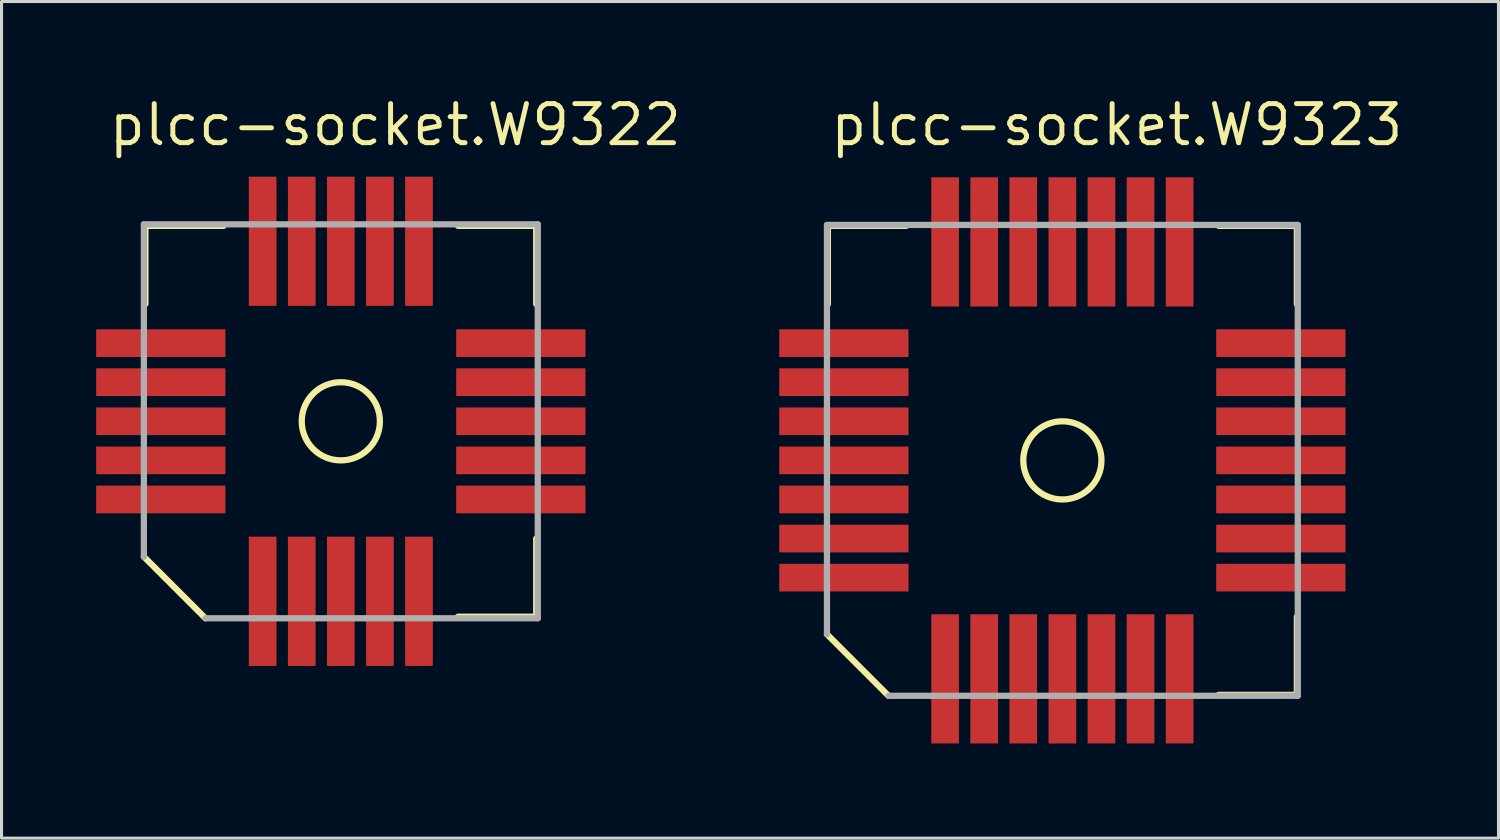
<source format=kicad_pcb>
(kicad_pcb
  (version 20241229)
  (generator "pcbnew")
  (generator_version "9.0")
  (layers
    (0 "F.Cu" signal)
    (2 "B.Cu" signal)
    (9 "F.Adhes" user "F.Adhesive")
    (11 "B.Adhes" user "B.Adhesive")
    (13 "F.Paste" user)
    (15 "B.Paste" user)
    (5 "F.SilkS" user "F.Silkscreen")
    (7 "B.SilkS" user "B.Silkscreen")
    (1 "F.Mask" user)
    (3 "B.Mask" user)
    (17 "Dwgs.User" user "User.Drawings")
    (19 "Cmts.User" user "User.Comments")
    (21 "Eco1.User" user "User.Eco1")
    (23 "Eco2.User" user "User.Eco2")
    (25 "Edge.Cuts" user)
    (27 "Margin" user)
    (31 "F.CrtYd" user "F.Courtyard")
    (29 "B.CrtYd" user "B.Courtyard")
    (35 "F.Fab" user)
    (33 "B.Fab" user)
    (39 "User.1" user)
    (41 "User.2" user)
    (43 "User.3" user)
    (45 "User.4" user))
  (footprint "plcc-socket.W9322"
    (layer "F.Cu")
    (at 8.025 10.64)
    (property "Reference" "plcc-socket.W9322" (at -7.62 -8.89 0) (layer "F.SilkS") (effects (font (size 1.27 1.27) (thickness 0.16)) (justify left bottom)))
    (attr smd)
    (fp_rect (start -8 -2.04) (end -3.7 -3.04) (stroke (width 0.05) (type default)) (fill yes) (layer "F.Mask"))
    (fp_rect (start -8 -0.77) (end -3.7 -1.77) (stroke (width 0.05) (type default)) (fill yes) (layer "F.Mask"))
    (fp_rect (start -8 0.5) (end -3.7 -0.5) (stroke (width 0.05) (type default)) (fill yes) (layer "F.Mask"))
    (fp_rect (start -8 1.77) (end -3.7 0.77) (stroke (width 0.05) (type default)) (fill yes) (layer "F.Mask"))
    (fp_rect (start -8 3.04) (end -3.7 2.04) (stroke (width 0.05) (type default)) (fill yes) (layer "F.Mask"))
    (fp_rect (start -3.04 -3.7) (end -2.04 -8) (stroke (width 0.05) (type default)) (fill yes) (layer "F.Mask"))
    (fp_rect (start -3.04 8) (end -2.04 3.7) (stroke (width 0.05) (type default)) (fill yes) (layer "F.Mask"))
    (fp_rect (start -1.77 -3.7) (end -0.77 -8) (stroke (width 0.05) (type default)) (fill yes) (layer "F.Mask"))
    (fp_rect (start -1.77 8) (end -0.77 3.7) (stroke (width 0.05) (type default)) (fill yes) (layer "F.Mask"))
    (fp_rect (start -0.5 -3.7) (end 0.5 -8) (stroke (width 0.05) (type default)) (fill yes) (layer "F.Mask"))
    (fp_rect (start -0.5 8) (end 0.5 3.7) (stroke (width 0.05) (type default)) (fill yes) (layer "F.Mask"))
    (fp_rect (start 0.77 -3.7) (end 1.77 -8) (stroke (width 0.05) (type default)) (fill yes) (layer "F.Mask"))
    (fp_rect (start 0.77 8) (end 1.77 3.7) (stroke (width 0.05) (type default)) (fill yes) (layer "F.Mask"))
    (fp_rect (start 2.04 -3.7) (end 3.04 -8) (stroke (width 0.05) (type default)) (fill yes) (layer "F.Mask"))
    (fp_rect (start 2.04 8) (end 3.04 3.7) (stroke (width 0.05) (type default)) (fill yes) (layer "F.Mask"))
    (fp_rect (start 3.7 -2.04) (end 8 -3.04) (stroke (width 0.05) (type default)) (fill yes) (layer "F.Mask"))
    (fp_rect (start 3.7 -0.77) (end 8 -1.77) (stroke (width 0.05) (type default)) (fill yes) (layer "F.Mask"))
    (fp_rect (start 3.7 0.5) (end 8 -0.5) (stroke (width 0.05) (type default)) (fill yes) (layer "F.Mask"))
    (fp_rect (start 3.7 1.77) (end 8 0.77) (stroke (width 0.05) (type default)) (fill yes) (layer "F.Mask"))
    (fp_rect (start 3.7 3.04) (end 8 2.04) (stroke (width 0.05) (type default)) (fill yes) (layer "F.Mask"))
    (fp_line (start -6.35 -6.35) (end -3.81 -6.35) (stroke (width 0.203) (type default)) (layer "F.SilkS"))
    (fp_line (start -6.35 -3.81) (end -6.35 -6.35) (stroke (width 0.203) (type default)) (layer "F.SilkS"))
    (fp_line (start -4.4 6.4) (end -6.4 4.4) (stroke (width 0.203) (type default)) (layer "F.SilkS"))
    (fp_line (start 3.81 -6.35) (end 6.35 -6.35) (stroke (width 0.203) (type default)) (layer "F.SilkS"))
    (fp_line (start 3.81 6.35) (end 6.35 6.35) (stroke (width 0.203) (type default)) (layer "F.SilkS"))
    (fp_line (start 6.35 -6.35) (end 6.35 -3.81) (stroke (width 0.203) (type default)) (layer "F.SilkS"))
    (fp_line (start 6.35 6.35) (end 6.35 3.81) (stroke (width 0.203) (type default)) (layer "F.SilkS"))
    (fp_circle (center 0 0) (end 1.27 0) (stroke (width 0.203) (type default)) (fill no) (layer "F.SilkS"))
    (fp_rect (start -7.9 -2.115) (end -3.8 -2.965) (stroke (width 0.05) (type default)) (fill yes) (layer "F.Paste"))
    (fp_rect (start -7.9 -0.845) (end -3.8 -1.695) (stroke (width 0.05) (type default)) (fill yes) (layer "F.Paste"))
    (fp_rect (start -7.9 0.425) (end -3.8 -0.425) (stroke (width 0.05) (type default)) (fill yes) (layer "F.Paste"))
    (fp_rect (start -7.9 1.695) (end -3.8 0.845) (stroke (width 0.05) (type default)) (fill yes) (layer "F.Paste"))
    (fp_rect (start -7.9 2.965) (end -3.8 2.115) (stroke (width 0.05) (type default)) (fill yes) (layer "F.Paste"))
    (fp_rect (start -2.965 -3.8) (end -2.115 -7.9) (stroke (width 0.05) (type default)) (fill yes) (layer "F.Paste"))
    (fp_rect (start -2.965 7.9) (end -2.115 3.8) (stroke (width 0.05) (type default)) (fill yes) (layer "F.Paste"))
    (fp_rect (start -1.695 -3.8) (end -0.845 -7.9) (stroke (width 0.05) (type default)) (fill yes) (layer "F.Paste"))
    (fp_rect (start -1.695 7.9) (end -0.845 3.8) (stroke (width 0.05) (type default)) (fill yes) (layer "F.Paste"))
    (fp_rect (start -0.425 -3.8) (end 0.425 -7.9) (stroke (width 0.05) (type default)) (fill yes) (layer "F.Paste"))
    (fp_rect (start -0.425 7.9) (end 0.425 3.8) (stroke (width 0.05) (type default)) (fill yes) (layer "F.Paste"))
    (fp_rect (start 0.845 -3.8) (end 1.695 -7.9) (stroke (width 0.05) (type default)) (fill yes) (layer "F.Paste"))
    (fp_rect (start 0.845 7.9) (end 1.695 3.8) (stroke (width 0.05) (type default)) (fill yes) (layer "F.Paste"))
    (fp_rect (start 2.115 -3.8) (end 2.965 -7.9) (stroke (width 0.05) (type default)) (fill yes) (layer "F.Paste"))
    (fp_rect (start 2.115 7.9) (end 2.965 3.8) (stroke (width 0.05) (type default)) (fill yes) (layer "F.Paste"))
    (fp_rect (start 3.8 -2.115) (end 7.9 -2.965) (stroke (width 0.05) (type default)) (fill yes) (layer "F.Paste"))
    (fp_rect (start 3.8 -0.845) (end 7.9 -1.695) (stroke (width 0.05) (type default)) (fill yes) (layer "F.Paste"))
    (fp_rect (start 3.8 0.425) (end 7.9 -0.425) (stroke (width 0.05) (type default)) (fill yes) (layer "F.Paste"))
    (fp_rect (start 3.8 1.695) (end 7.9 0.845) (stroke (width 0.05) (type default)) (fill yes) (layer "F.Paste"))
    (fp_rect (start 3.8 2.965) (end 7.9 2.115) (stroke (width 0.05) (type default)) (fill yes) (layer "F.Paste"))
    (fp_line (start -6.4 -6.4) (end 6.4 -6.4) (stroke (width 0.203) (type default)) (layer "F.Fab"))
    (fp_line (start -6.4 4.4) (end -6.4 -6.4) (stroke (width 0.203) (type default)) (layer "F.Fab"))
    (fp_line (start 6.4 -6.4) (end 6.4 6.4) (stroke (width 0.203) (type default)) (layer "F.Fab"))
    (fp_line (start 6.4 6.4) (end -4.4 6.4) (stroke (width 0.203) (type default)) (layer "F.Fab"))
    (pad "1" smd roundrect (at -5.85 0) (size 4.2 0.9) (layers "F.Cu" "F.Mask" "F.Paste") (roundrect_rratio 0.01))
    (pad "2" smd roundrect (at -5.85 1.27) (size 4.2 0.9) (layers "F.Cu" "F.Mask" "F.Paste") (roundrect_rratio 0.01))
    (pad "3" smd roundrect (at -5.85 2.54) (size 4.2 0.9) (layers "F.Cu" "F.Mask" "F.Paste") (roundrect_rratio 0.01))
    (pad "4" smd roundrect (at -2.54 5.85 90) (size 4.2 0.9) (layers "F.Cu" "F.Mask" "F.Paste") (roundrect_rratio 0.01))
    (pad "5" smd roundrect (at -1.27 5.85 90) (size 4.2 0.9) (layers "F.Cu" "F.Mask" "F.Paste") (roundrect_rratio 0.01))
    (pad "6" smd roundrect (at 0 5.85 90) (size 4.2 0.9) (layers "F.Cu" "F.Mask" "F.Paste") (roundrect_rratio 0.01))
    (pad "7" smd roundrect (at 1.27 5.85 90) (size 4.2 0.9) (layers "F.Cu" "F.Mask" "F.Paste") (roundrect_rratio 0.01))
    (pad "8" smd roundrect (at 2.54 5.85 90) (size 4.2 0.9) (layers "F.Cu" "F.Mask" "F.Paste") (roundrect_rratio 0.01))
    (pad "9" smd roundrect (at 5.85 2.54 180) (size 4.2 0.9) (layers "F.Cu" "F.Mask" "F.Paste") (roundrect_rratio 0.01))
    (pad "10" smd roundrect (at 5.85 1.27 180) (size 4.2 0.9) (layers "F.Cu" "F.Mask" "F.Paste") (roundrect_rratio 0.01))
    (pad "11" smd roundrect (at 5.85 0 180) (size 4.2 0.9) (layers "F.Cu" "F.Mask" "F.Paste") (roundrect_rratio 0.01))
    (pad "12" smd roundrect (at 5.85 -1.27 180) (size 4.2 0.9) (layers "F.Cu" "F.Mask" "F.Paste") (roundrect_rratio 0.01))
    (pad "13" smd roundrect (at 5.85 -2.54 180) (size 4.2 0.9) (layers "F.Cu" "F.Mask" "F.Paste") (roundrect_rratio 0.01))
    (pad "14" smd roundrect (at 2.54 -5.85 270) (size 4.2 0.9) (layers "F.Cu" "F.Mask" "F.Paste") (roundrect_rratio 0.01))
    (pad "15" smd roundrect (at 1.27 -5.85 270) (size 4.2 0.9) (layers "F.Cu" "F.Mask" "F.Paste") (roundrect_rratio 0.01))
    (pad "16" smd roundrect (at 0 -5.85 270) (size 4.2 0.9) (layers "F.Cu" "F.Mask" "F.Paste") (roundrect_rratio 0.01))
    (pad "17" smd roundrect (at -1.27 -5.85 270) (size 4.2 0.9) (layers "F.Cu" "F.Mask" "F.Paste") (roundrect_rratio 0.01))
    (pad "18" smd roundrect (at -2.54 -5.85 270) (size 4.2 0.9) (layers "F.Cu" "F.Mask" "F.Paste") (roundrect_rratio 0.01))
    (pad "19" smd roundrect (at -5.85 -2.54) (size 4.2 0.9) (layers "F.Cu" "F.Mask" "F.Paste") (roundrect_rratio 0.01))
    (pad "20" smd roundrect (at -5.85 -1.27) (size 4.2 0.9) (layers "F.Cu" "F.Mask" "F.Paste") (roundrect_rratio 0.01)))
  (footprint "plcc-socket.W9323"
    (layer "F.Cu")
    (at 31.472 11.91)
    (property "Reference" "plcc-socket.W9323" (at -7.62 -10.16 0) (layer "F.SilkS") (effects (font (size 1.27 1.27) (thickness 0.16)) (justify left bottom)))
    (attr smd)
    (fp_rect (start -9.25 -3.31) (end -4.95 -4.31) (stroke (width 0.05) (type default)) (fill yes) (layer "F.Mask"))
    (fp_rect (start -9.25 -2.04) (end -4.95 -3.04) (stroke (width 0.05) (type default)) (fill yes) (layer "F.Mask"))
    (fp_rect (start -9.25 -0.77) (end -4.95 -1.77) (stroke (width 0.05) (type default)) (fill yes) (layer "F.Mask"))
    (fp_rect (start -9.25 0.5) (end -4.95 -0.5) (stroke (width 0.05) (type default)) (fill yes) (layer "F.Mask"))
    (fp_rect (start -9.25 1.77) (end -4.95 0.77) (stroke (width 0.05) (type default)) (fill yes) (layer "F.Mask"))
    (fp_rect (start -9.25 3.04) (end -4.95 2.04) (stroke (width 0.05) (type default)) (fill yes) (layer "F.Mask"))
    (fp_rect (start -9.25 4.31) (end -4.95 3.31) (stroke (width 0.05) (type default)) (fill yes) (layer "F.Mask"))
    (fp_rect (start -4.31 -4.95) (end -3.31 -9.25) (stroke (width 0.05) (type default)) (fill yes) (layer "F.Mask"))
    (fp_rect (start -4.31 9.25) (end -3.31 4.95) (stroke (width 0.05) (type default)) (fill yes) (layer "F.Mask"))
    (fp_rect (start -3.04 -4.95) (end -2.04 -9.25) (stroke (width 0.05) (type default)) (fill yes) (layer "F.Mask"))
    (fp_rect (start -3.04 9.25) (end -2.04 4.95) (stroke (width 0.05) (type default)) (fill yes) (layer "F.Mask"))
    (fp_rect (start -1.77 -4.95) (end -0.77 -9.25) (stroke (width 0.05) (type default)) (fill yes) (layer "F.Mask"))
    (fp_rect (start -1.77 9.25) (end -0.77 4.95) (stroke (width 0.05) (type default)) (fill yes) (layer "F.Mask"))
    (fp_rect (start -0.5 -4.95) (end 0.5 -9.25) (stroke (width 0.05) (type default)) (fill yes) (layer "F.Mask"))
    (fp_rect (start -0.5 9.25) (end 0.5 4.95) (stroke (width 0.05) (type default)) (fill yes) (layer "F.Mask"))
    (fp_rect (start 0.77 -4.95) (end 1.77 -9.25) (stroke (width 0.05) (type default)) (fill yes) (layer "F.Mask"))
    (fp_rect (start 0.77 9.25) (end 1.77 4.95) (stroke (width 0.05) (type default)) (fill yes) (layer "F.Mask"))
    (fp_rect (start 2.04 -4.95) (end 3.04 -9.25) (stroke (width 0.05) (type default)) (fill yes) (layer "F.Mask"))
    (fp_rect (start 2.04 9.25) (end 3.04 4.95) (stroke (width 0.05) (type default)) (fill yes) (layer "F.Mask"))
    (fp_rect (start 3.31 -4.95) (end 4.31 -9.25) (stroke (width 0.05) (type default)) (fill yes) (layer "F.Mask"))
    (fp_rect (start 3.31 9.25) (end 4.31 4.95) (stroke (width 0.05) (type default)) (fill yes) (layer "F.Mask"))
    (fp_rect (start 4.95 -3.31) (end 9.25 -4.31) (stroke (width 0.05) (type default)) (fill yes) (layer "F.Mask"))
    (fp_rect (start 4.95 -2.04) (end 9.25 -3.04) (stroke (width 0.05) (type default)) (fill yes) (layer "F.Mask"))
    (fp_rect (start 4.95 -0.77) (end 9.25 -1.77) (stroke (width 0.05) (type default)) (fill yes) (layer "F.Mask"))
    (fp_rect (start 4.95 0.5) (end 9.25 -0.5) (stroke (width 0.05) (type default)) (fill yes) (layer "F.Mask"))
    (fp_rect (start 4.95 1.77) (end 9.25 0.77) (stroke (width 0.05) (type default)) (fill yes) (layer "F.Mask"))
    (fp_rect (start 4.95 3.04) (end 9.25 2.04) (stroke (width 0.05) (type default)) (fill yes) (layer "F.Mask"))
    (fp_rect (start 4.95 4.31) (end 9.25 3.31) (stroke (width 0.05) (type default)) (fill yes) (layer "F.Mask"))
    (fp_line (start -7.62 -7.62) (end -5.08 -7.62) (stroke (width 0.203) (type default)) (layer "F.SilkS"))
    (fp_line (start -7.62 -5.08) (end -7.62 -7.62) (stroke (width 0.203) (type default)) (layer "F.SilkS"))
    (fp_line (start -5.65 7.65) (end -7.65 5.65) (stroke (width 0.203) (type default)) (layer "F.SilkS"))
    (fp_line (start 5.08 -7.62) (end 7.62 -7.62) (stroke (width 0.203) (type default)) (layer "F.SilkS"))
    (fp_line (start 5.08 7.62) (end 7.62 7.62) (stroke (width 0.203) (type default)) (layer "F.SilkS"))
    (fp_line (start 7.62 -7.62) (end 7.62 -5.08) (stroke (width 0.203) (type default)) (layer "F.SilkS"))
    (fp_line (start 7.62 7.62) (end 7.62 5.08) (stroke (width 0.203) (type default)) (layer "F.SilkS"))
    (fp_circle (center 0 0) (end 1.27 0) (stroke (width 0.203) (type default)) (fill no) (layer "F.SilkS"))
    (fp_rect (start -9.15 -3.385) (end -5.05 -4.235) (stroke (width 0.05) (type default)) (fill yes) (layer "F.Paste"))
    (fp_rect (start -9.15 -2.115) (end -5.05 -2.965) (stroke (width 0.05) (type default)) (fill yes) (layer "F.Paste"))
    (fp_rect (start -9.15 -0.845) (end -5.05 -1.695) (stroke (width 0.05) (type default)) (fill yes) (layer "F.Paste"))
    (fp_rect (start -9.15 0.425) (end -5.05 -0.425) (stroke (width 0.05) (type default)) (fill yes) (layer "F.Paste"))
    (fp_rect (start -9.15 1.695) (end -5.05 0.845) (stroke (width 0.05) (type default)) (fill yes) (layer "F.Paste"))
    (fp_rect (start -9.15 2.965) (end -5.05 2.115) (stroke (width 0.05) (type default)) (fill yes) (layer "F.Paste"))
    (fp_rect (start -9.15 4.235) (end -5.05 3.385) (stroke (width 0.05) (type default)) (fill yes) (layer "F.Paste"))
    (fp_rect (start -4.235 -5.05) (end -3.385 -9.15) (stroke (width 0.05) (type default)) (fill yes) (layer "F.Paste"))
    (fp_rect (start -4.235 9.15) (end -3.385 5.05) (stroke (width 0.05) (type default)) (fill yes) (layer "F.Paste"))
    (fp_rect (start -2.965 -5.05) (end -2.115 -9.15) (stroke (width 0.05) (type default)) (fill yes) (layer "F.Paste"))
    (fp_rect (start -2.965 9.15) (end -2.115 5.05) (stroke (width 0.05) (type default)) (fill yes) (layer "F.Paste"))
    (fp_rect (start -1.695 -5.05) (end -0.845 -9.15) (stroke (width 0.05) (type default)) (fill yes) (layer "F.Paste"))
    (fp_rect (start -1.695 9.15) (end -0.845 5.05) (stroke (width 0.05) (type default)) (fill yes) (layer "F.Paste"))
    (fp_rect (start -0.425 -5.05) (end 0.425 -9.15) (stroke (width 0.05) (type default)) (fill yes) (layer "F.Paste"))
    (fp_rect (start -0.425 9.15) (end 0.425 5.05) (stroke (width 0.05) (type default)) (fill yes) (layer "F.Paste"))
    (fp_rect (start 0.845 -5.05) (end 1.695 -9.15) (stroke (width 0.05) (type default)) (fill yes) (layer "F.Paste"))
    (fp_rect (start 0.845 9.15) (end 1.695 5.05) (stroke (width 0.05) (type default)) (fill yes) (layer "F.Paste"))
    (fp_rect (start 2.115 -5.05) (end 2.965 -9.15) (stroke (width 0.05) (type default)) (fill yes) (layer "F.Paste"))
    (fp_rect (start 2.115 9.15) (end 2.965 5.05) (stroke (width 0.05) (type default)) (fill yes) (layer "F.Paste"))
    (fp_rect (start 3.385 -5.05) (end 4.235 -9.15) (stroke (width 0.05) (type default)) (fill yes) (layer "F.Paste"))
    (fp_rect (start 3.385 9.15) (end 4.235 5.05) (stroke (width 0.05) (type default)) (fill yes) (layer "F.Paste"))
    (fp_rect (start 5.05 -3.385) (end 9.15 -4.235) (stroke (width 0.05) (type default)) (fill yes) (layer "F.Paste"))
    (fp_rect (start 5.05 -2.115) (end 9.15 -2.965) (stroke (width 0.05) (type default)) (fill yes) (layer "F.Paste"))
    (fp_rect (start 5.05 -0.845) (end 9.15 -1.695) (stroke (width 0.05) (type default)) (fill yes) (layer "F.Paste"))
    (fp_rect (start 5.05 0.425) (end 9.15 -0.425) (stroke (width 0.05) (type default)) (fill yes) (layer "F.Paste"))
    (fp_rect (start 5.05 1.695) (end 9.15 0.845) (stroke (width 0.05) (type default)) (fill yes) (layer "F.Paste"))
    (fp_rect (start 5.05 2.965) (end 9.15 2.115) (stroke (width 0.05) (type default)) (fill yes) (layer "F.Paste"))
    (fp_rect (start 5.05 4.235) (end 9.15 3.385) (stroke (width 0.05) (type default)) (fill yes) (layer "F.Paste"))
    (fp_line (start -7.65 -7.65) (end 7.65 -7.65) (stroke (width 0.203) (type default)) (layer "F.Fab"))
    (fp_line (start -7.65 5.65) (end -7.65 -7.65) (stroke (width 0.203) (type default)) (layer "F.Fab"))
    (fp_line (start 7.65 -7.65) (end 7.65 7.65) (stroke (width 0.203) (type default)) (layer "F.Fab"))
    (fp_line (start 7.65 7.65) (end -5.65 7.65) (stroke (width 0.203) (type default)) (layer "F.Fab"))
    (pad "1" smd roundrect (at -7.1 0) (size 4.2 0.9) (layers "F.Cu" "F.Mask" "F.Paste") (roundrect_rratio 0.01))
    (pad "2" smd roundrect (at -7.1 1.27) (size 4.2 0.9) (layers "F.Cu" "F.Mask" "F.Paste") (roundrect_rratio 0.01))
    (pad "3" smd roundrect (at -7.1 2.54) (size 4.2 0.9) (layers "F.Cu" "F.Mask" "F.Paste") (roundrect_rratio 0.01))
    (pad "4" smd roundrect (at -7.1 3.81) (size 4.2 0.9) (layers "F.Cu" "F.Mask" "F.Paste") (roundrect_rratio 0.01))
    (pad "5" smd roundrect (at -3.81 7.1 90) (size 4.2 0.9) (layers "F.Cu" "F.Mask" "F.Paste") (roundrect_rratio 0.01))
    (pad "6" smd roundrect (at -2.54 7.1 90) (size 4.2 0.9) (layers "F.Cu" "F.Mask" "F.Paste") (roundrect_rratio 0.01))
    (pad "7" smd roundrect (at -1.27 7.1 90) (size 4.2 0.9) (layers "F.Cu" "F.Mask" "F.Paste") (roundrect_rratio 0.01))
    (pad "8" smd roundrect (at 0 7.1 90) (size 4.2 0.9) (layers "F.Cu" "F.Mask" "F.Paste") (roundrect_rratio 0.01))
    (pad "9" smd roundrect (at 1.27 7.1 90) (size 4.2 0.9) (layers "F.Cu" "F.Mask" "F.Paste") (roundrect_rratio 0.01))
    (pad "10" smd roundrect (at 2.54 7.1 90) (size 4.2 0.9) (layers "F.Cu" "F.Mask" "F.Paste") (roundrect_rratio 0.01))
    (pad "11" smd roundrect (at 3.81 7.1 90) (size 4.2 0.9) (layers "F.Cu" "F.Mask" "F.Paste") (roundrect_rratio 0.01))
    (pad "12" smd roundrect (at 7.1 3.81 180) (size 4.2 0.9) (layers "F.Cu" "F.Mask" "F.Paste") (roundrect_rratio 0.01))
    (pad "13" smd roundrect (at 7.1 2.54 180) (size 4.2 0.9) (layers "F.Cu" "F.Mask" "F.Paste") (roundrect_rratio 0.01))
    (pad "14" smd roundrect (at 7.1 1.27 180) (size 4.2 0.9) (layers "F.Cu" "F.Mask" "F.Paste") (roundrect_rratio 0.01))
    (pad "15" smd roundrect (at 7.1 0 180) (size 4.2 0.9) (layers "F.Cu" "F.Mask" "F.Paste") (roundrect_rratio 0.01))
    (pad "16" smd roundrect (at 7.1 -1.27 180) (size 4.2 0.9) (layers "F.Cu" "F.Mask" "F.Paste") (roundrect_rratio 0.01))
    (pad "17" smd roundrect (at 7.1 -2.54 180) (size 4.2 0.9) (layers "F.Cu" "F.Mask" "F.Paste") (roundrect_rratio 0.01))
    (pad "18" smd roundrect (at 7.1 -3.81 180) (size 4.2 0.9) (layers "F.Cu" "F.Mask" "F.Paste") (roundrect_rratio 0.01))
    (pad "19" smd roundrect (at 3.81 -7.1 270) (size 4.2 0.9) (layers "F.Cu" "F.Mask" "F.Paste") (roundrect_rratio 0.01))
    (pad "20" smd roundrect (at 2.54 -7.1 270) (size 4.2 0.9) (layers "F.Cu" "F.Mask" "F.Paste") (roundrect_rratio 0.01))
    (pad "21" smd roundrect (at 1.27 -7.1 270) (size 4.2 0.9) (layers "F.Cu" "F.Mask" "F.Paste") (roundrect_rratio 0.01))
    (pad "22" smd roundrect (at 0 -7.1 270) (size 4.2 0.9) (layers "F.Cu" "F.Mask" "F.Paste") (roundrect_rratio 0.01))
    (pad "23" smd roundrect (at -1.27 -7.1 270) (size 4.2 0.9) (layers "F.Cu" "F.Mask" "F.Paste") (roundrect_rratio 0.01))
    (pad "24" smd roundrect (at -2.54 -7.1 270) (size 4.2 0.9) (layers "F.Cu" "F.Mask" "F.Paste") (roundrect_rratio 0.01))
    (pad "25" smd roundrect (at -3.81 -7.1 270) (size 4.2 0.9) (layers "F.Cu" "F.Mask" "F.Paste") (roundrect_rratio 0.01))
    (pad "26" smd roundrect (at -7.1 -3.81) (size 4.2 0.9) (layers "F.Cu" "F.Mask" "F.Paste") (roundrect_rratio 0.01))
    (pad "27" smd roundrect (at -7.1 -2.54) (size 4.2 0.9) (layers "F.Cu" "F.Mask" "F.Paste") (roundrect_rratio 0.01))
    (pad "28" smd roundrect (at -7.1 -1.27) (size 4.2 0.9) (layers "F.Cu" "F.Mask" "F.Paste") (roundrect_rratio 0.01)))
  (gr_rect
    (start -3 -3)
    (end 45.644 24.185)
    (stroke (width 0.1) (type default))
    (fill no)
    (layer "Edge.Cuts")))
</source>
